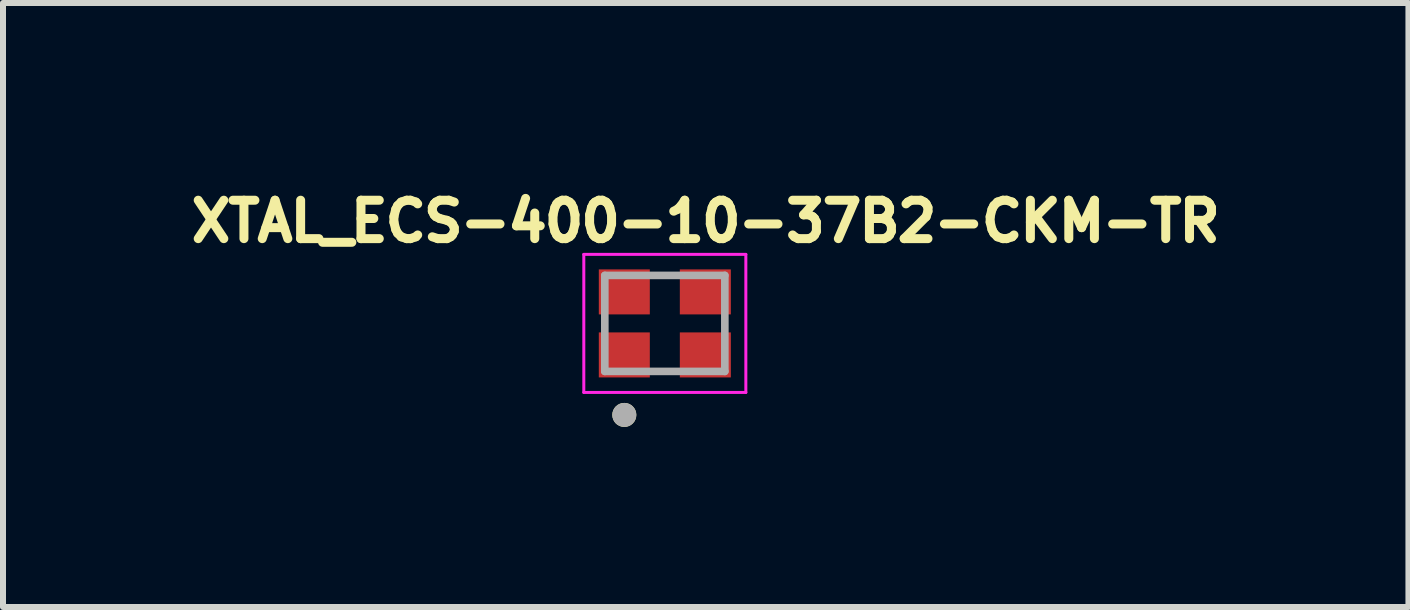
<source format=kicad_pcb>
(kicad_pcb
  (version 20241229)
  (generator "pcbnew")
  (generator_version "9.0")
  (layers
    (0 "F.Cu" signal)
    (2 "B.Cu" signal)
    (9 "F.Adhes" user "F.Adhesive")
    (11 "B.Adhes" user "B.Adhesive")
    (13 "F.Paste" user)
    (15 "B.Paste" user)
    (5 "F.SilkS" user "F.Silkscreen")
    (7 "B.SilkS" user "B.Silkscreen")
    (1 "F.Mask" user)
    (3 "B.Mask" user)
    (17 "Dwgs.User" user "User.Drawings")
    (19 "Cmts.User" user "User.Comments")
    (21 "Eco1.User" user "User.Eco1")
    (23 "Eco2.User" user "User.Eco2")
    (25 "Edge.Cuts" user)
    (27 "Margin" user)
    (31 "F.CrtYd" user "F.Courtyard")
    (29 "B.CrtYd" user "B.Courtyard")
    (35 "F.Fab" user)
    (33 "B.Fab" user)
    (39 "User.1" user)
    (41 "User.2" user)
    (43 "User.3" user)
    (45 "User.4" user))
  (footprint "XTAL_ECS-400-10-37B2-CKM-TR"
    (layer "F.Cu")
    (at 8.028 2.339)
    (property "Reference" "XTAL_ECS-400-10-37B2-CKM-TR" (at 0.682 -1.701 0) (layer "F.SilkS") (effects (font (size 0.64 0.64) (thickness 0.15))))
    (attr smd)
    (fp_circle (center -0.675 1.525) (end -0.575 1.525) (stroke (width 0.2) (type solid)) (fill no) (layer "F.SilkS"))
    (fp_line (start -1.35 -1.15) (end -1.35 1.15) (stroke (width 0.05) (type solid)) (layer "F.CrtYd"))
    (fp_line (start -1.35 1.15) (end 1.35 1.15) (stroke (width 0.05) (type solid)) (layer "F.CrtYd"))
    (fp_line (start 1.35 -1.15) (end -1.35 -1.15) (stroke (width 0.05) (type solid)) (layer "F.CrtYd"))
    (fp_line (start 1.35 1.15) (end 1.35 -1.15) (stroke (width 0.05) (type solid)) (layer "F.CrtYd"))
    (fp_line (start -1 -0.8) (end 1 -0.8) (stroke (width 0.127) (type solid)) (layer "F.Fab"))
    (fp_line (start -1 0.8) (end -1 -0.8) (stroke (width 0.127) (type solid)) (layer "F.Fab"))
    (fp_line (start 1 -0.8) (end 1 0.8) (stroke (width 0.127) (type solid)) (layer "F.Fab"))
    (fp_line (start 1 0.8) (end -1 0.8) (stroke (width 0.127) (type solid)) (layer "F.Fab"))
    (fp_circle (center -0.675 1.525) (end -0.575 1.525) (stroke (width 0.2) (type solid)) (fill no) (layer "F.Fab"))
    (pad "1" smd rect (at -0.675 0.525) (size 0.85 0.75) (layers "F.Cu" "F.Mask" "F.Paste"))
    (pad "2" smd rect (at 0.675 0.525) (size 0.85 0.75) (layers "F.Cu" "F.Mask" "F.Paste"))
    (pad "3" smd rect (at 0.675 -0.525) (size 0.85 0.75) (layers "F.Cu" "F.Mask" "F.Paste"))
    (pad "4" smd rect (at -0.675 -0.525) (size 0.85 0.75) (layers "F.Cu" "F.Mask" "F.Paste")))
  (gr_rect
    (start -3 -3)
    (end 20.419 7.064)
    (stroke (width 0.1) (type default))
    (fill no)
    (layer "Edge.Cuts")))
</source>
